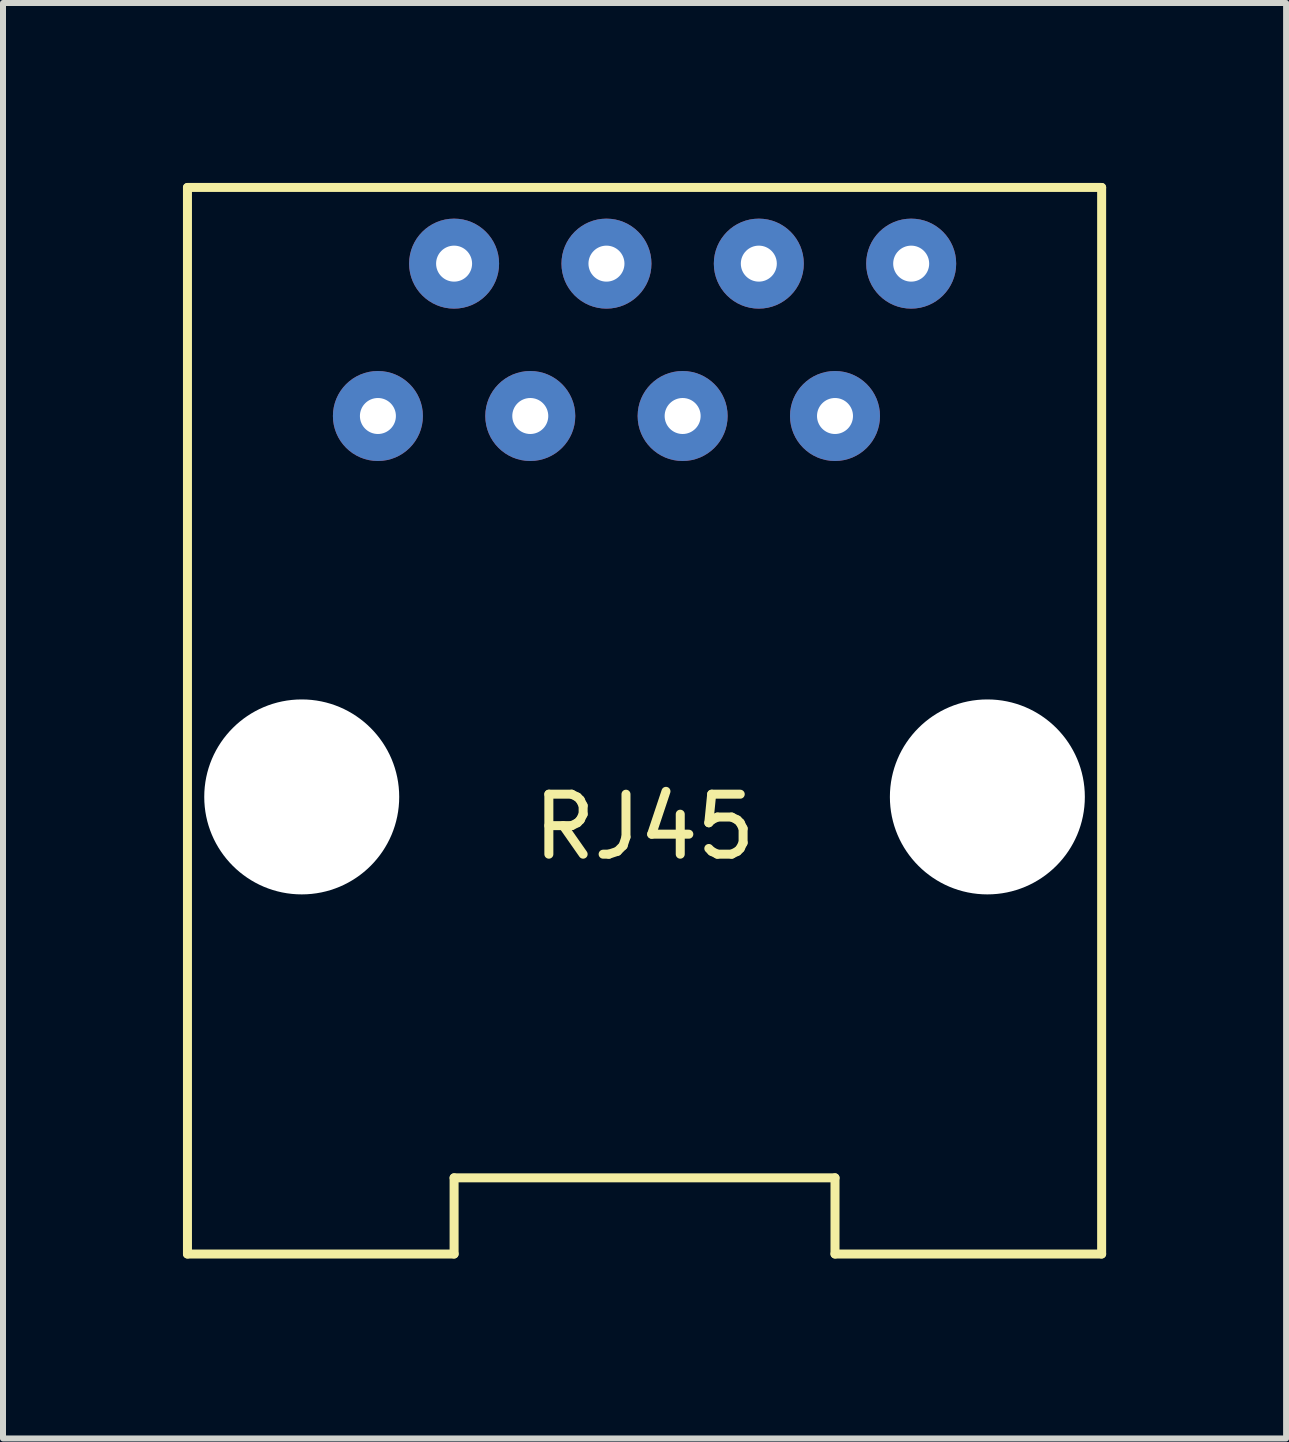
<source format=kicad_pcb>
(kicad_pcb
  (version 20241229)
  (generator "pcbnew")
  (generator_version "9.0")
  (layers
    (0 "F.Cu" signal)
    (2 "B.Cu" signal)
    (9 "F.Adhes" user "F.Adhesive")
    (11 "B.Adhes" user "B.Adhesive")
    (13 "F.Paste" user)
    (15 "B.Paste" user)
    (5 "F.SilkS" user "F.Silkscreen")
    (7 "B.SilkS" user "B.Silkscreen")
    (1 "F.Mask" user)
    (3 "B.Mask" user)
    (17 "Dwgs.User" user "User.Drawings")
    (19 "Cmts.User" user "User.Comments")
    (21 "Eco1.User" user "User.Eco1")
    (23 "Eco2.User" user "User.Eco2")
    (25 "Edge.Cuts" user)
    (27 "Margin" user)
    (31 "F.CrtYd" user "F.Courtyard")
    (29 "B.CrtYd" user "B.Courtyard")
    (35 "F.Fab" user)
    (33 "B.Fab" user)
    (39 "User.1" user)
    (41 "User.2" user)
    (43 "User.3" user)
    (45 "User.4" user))
  (footprint "RJ45"
    (layer "F.Cu")
    (at 7.695 10.235)
    (property "Reference" "RJ45" (at 0 0.5 0) (layer "F.SilkS") (effects (font (size 1 1) (thickness 0.15))))
    (attr through_hole)
    (fp_line (start -7.62 -10.16) (end 7.62 -10.16) (stroke (width 0.15) (type solid)) (layer "F.SilkS"))
    (fp_line (start -7.62 7.62) (end -7.62 -10.16) (stroke (width 0.15) (type solid)) (layer "F.SilkS"))
    (fp_line (start -7.62 7.62) (end -3.175 7.62) (stroke (width 0.15) (type solid)) (layer "F.SilkS"))
    (fp_line (start -3.175 6.35) (end 3.175 6.35) (stroke (width 0.15) (type solid)) (layer "F.SilkS"))
    (fp_line (start -3.175 7.62) (end -3.175 6.35) (stroke (width 0.15) (type solid)) (layer "F.SilkS"))
    (fp_line (start 3.175 6.35) (end 3.175 7.62) (stroke (width 0.15) (type solid)) (layer "F.SilkS"))
    (fp_line (start 3.175 7.62) (end 7.62 7.62) (stroke (width 0.15) (type solid)) (layer "F.SilkS"))
    (fp_line (start 7.62 -10.16) (end 7.62 7.62) (stroke (width 0.15) (type solid)) (layer "F.SilkS"))
    (pad "" np_thru_hole circle (at -5.715 0) (size 3.25 3.25) (drill 3.25) (layers "*.Cu" "*.Mask"))
    (pad "" np_thru_hole circle (at 5.715 0) (size 3.25 3.25) (drill 3.25) (layers "*.Cu" "*.Mask"))
    (pad "1" thru_hole circle (at -4.445 -6.35) (size 1.5 1.5) (drill 0.6) (layers "*.Cu" "*.Mask"))
    (pad "2" thru_hole circle (at -3.175 -8.89) (size 1.5 1.5) (drill 0.6) (layers "*.Cu" "*.Mask"))
    (pad "3" thru_hole circle (at -1.905 -6.35) (size 1.5 1.5) (drill 0.6) (layers "*.Cu" "*.Mask"))
    (pad "4" thru_hole circle (at -0.635 -8.89) (size 1.5 1.5) (drill 0.6) (layers "*.Cu" "*.Mask"))
    (pad "5" thru_hole circle (at 0.635 -6.35) (size 1.5 1.5) (drill 0.6) (layers "*.Cu" "*.Mask"))
    (pad "6" thru_hole circle (at 1.905 -8.89) (size 1.5 1.5) (drill 0.6) (layers "*.Cu" "*.Mask"))
    (pad "7" thru_hole circle (at 3.175 -6.35) (size 1.5 1.5) (drill 0.6) (layers "*.Cu" "*.Mask"))
    (pad "8" thru_hole circle (at 4.445 -8.89) (size 1.5 1.5) (drill 0.6) (layers "*.Cu" "*.Mask")))
  (gr_rect
    (start -3 -3)
    (end 18.39 20.93)
    (stroke (width 0.1) (type default))
    (fill no)
    (layer "Edge.Cuts")))
</source>
